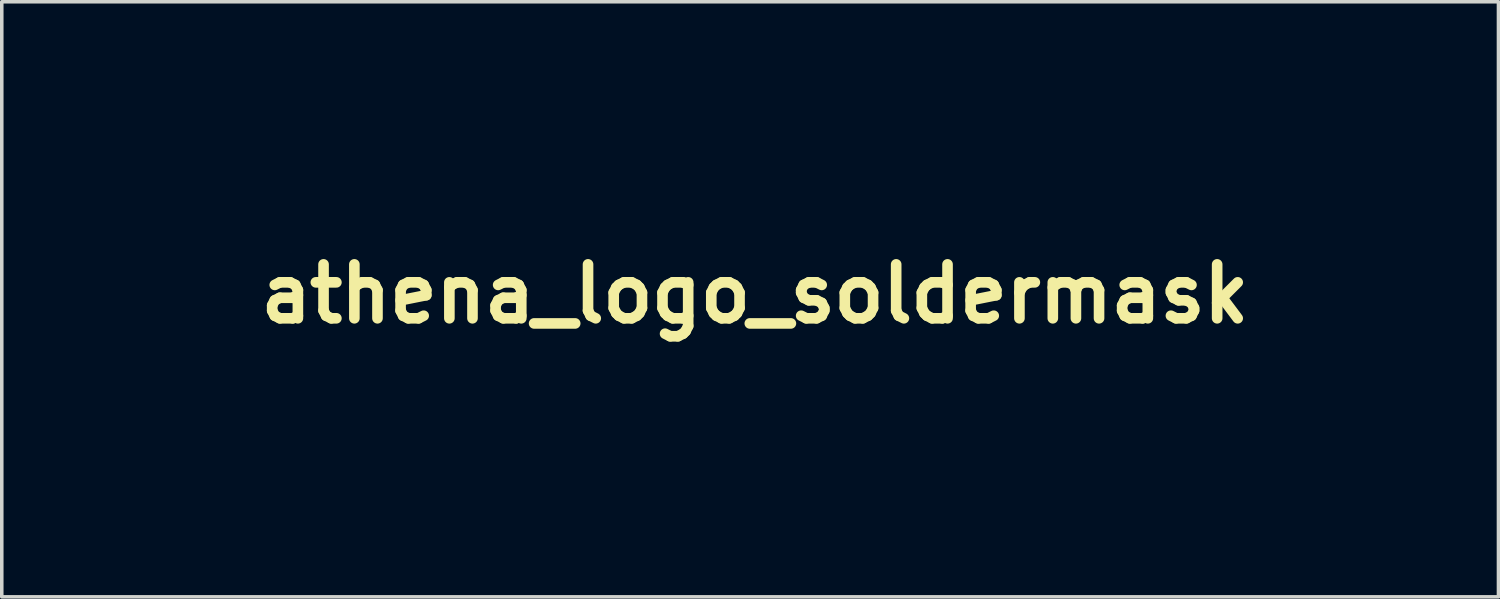
<source format=kicad_pcb>
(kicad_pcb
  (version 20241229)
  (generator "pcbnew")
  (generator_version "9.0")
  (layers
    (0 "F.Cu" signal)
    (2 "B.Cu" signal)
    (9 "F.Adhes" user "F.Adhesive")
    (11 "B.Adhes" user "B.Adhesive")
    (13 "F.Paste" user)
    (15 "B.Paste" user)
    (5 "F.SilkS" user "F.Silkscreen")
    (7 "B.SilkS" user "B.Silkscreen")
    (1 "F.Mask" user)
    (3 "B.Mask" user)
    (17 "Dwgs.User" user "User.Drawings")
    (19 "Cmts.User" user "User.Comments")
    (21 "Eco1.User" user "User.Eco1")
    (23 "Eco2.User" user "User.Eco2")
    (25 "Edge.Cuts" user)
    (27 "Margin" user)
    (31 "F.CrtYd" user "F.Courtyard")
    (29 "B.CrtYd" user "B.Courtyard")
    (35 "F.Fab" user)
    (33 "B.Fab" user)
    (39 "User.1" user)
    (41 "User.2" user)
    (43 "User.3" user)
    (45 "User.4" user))
  (footprint "athena_logo_soldermask"
    (layer "F.Cu")
    (at 18.286 5.256)
    (property "Reference" "athena_logo_soldermask" (at 0 0 0) (layer "F.SilkS") (effects (font (size 1.524 1.524) (thickness 0.3))))
    (attr through_hole)
    (fp_poly (pts (xy 1.761 3.324) (xy 1.439 3.324) (xy 1.439 2.927) (xy 1.761 2.927) (xy 1.761 3.324)) (stroke (width 0.01) (type solid)) (fill yes) (layer "F.Mask"))
    (fp_poly (pts (xy 1.761 4.49) (xy 1.439 4.49) (xy 1.439 4.093) (xy 1.761 4.093) (xy 1.761 4.49)) (stroke (width 0.01) (type solid)) (fill yes) (layer "F.Mask"))
    (fp_poly (pts (xy 18.008 5.556) (xy -18.281 5.556) (xy -18.281 5.184) (xy 18.008 5.184) (xy 18.008 5.556)) (stroke (width 0.01) (type solid)) (fill yes) (layer "F.Mask"))
    (fp_poly (pts (xy -2.158 2.654) (xy -3.225 2.654) (xy -3.225 3.225) (xy -2.158 3.225) (xy -2.158 3.473) (xy -3.225 3.473) (xy -3.225 4.242) (xy -2.158 4.242) (xy -2.158 4.49) (xy -3.497 4.49) (xy -3.497 2.431) (xy -2.158 2.431) (xy -2.158 2.654)) (stroke (width 0.01) (type solid)) (fill yes) (layer "F.Mask"))
    (fp_poly (pts (xy 4.316 4.266) (xy 4.738 4.266) (xy 4.738 4.49) (xy 4.191 4.49) (xy 4.008 4.489) (xy 3.868 4.487) (xy 3.767 4.484) (xy 3.698 4.479) (xy 3.656 4.471) (xy 3.635 4.461) (xy 3.631 4.455) (xy 3.624 4.405) (xy 3.626 4.349) (xy 3.634 4.279) (xy 4.068 4.264) (xy 4.068 2.904) (xy 3.634 2.89) (xy 3.626 2.8) (xy 3.619 2.71) (xy 3.763 2.694) (xy 3.911 2.662) (xy 4.018 2.604) (xy 4.085 2.52) (xy 4.096 2.495) (xy 4.122 2.436) (xy 4.158 2.411) (xy 4.222 2.406) (xy 4.316 2.406) (xy 4.316 4.266)) (stroke (width 0.01) (type solid)) (fill yes) (layer "F.Mask"))
    (fp_poly (pts (xy -8.674 -3.119) (xy -8.655 -2.935) (xy -8.621 -2.786) (xy -8.569 -2.667) (xy -8.493 -2.576) (xy -8.389 -2.509) (xy -8.252 -2.463) (xy -8.077 -2.433) (xy -7.86 -2.416) (xy -7.751 -2.412) (xy -7.54 -2.409) (xy -7.369 -2.414) (xy -7.227 -2.428) (xy -7.106 -2.452) (xy -6.996 -2.488) (xy -6.93 -2.516) (xy -6.832 -2.572) (xy -6.758 -2.644) (xy -6.703 -2.74) (xy -6.665 -2.866) (xy -6.64 -3.029) (xy -6.631 -3.132) (xy -6.615 -3.349) (xy -6.176 -3.349) (xy -6.176 -0.744) (xy -6.616 -0.744) (xy -6.629 -1.012) (xy -6.646 -1.205) (xy -6.679 -1.356) (xy -6.731 -1.473) (xy -6.807 -1.56) (xy -6.909 -1.626) (xy -6.971 -1.652) (xy -7.042 -1.669) (xy -7.152 -1.684) (xy -7.29 -1.695) (xy -7.447 -1.704) (xy -7.611 -1.709) (xy -7.773 -1.71) (xy -7.921 -1.707) (xy -8.045 -1.699) (xy -8.124 -1.689) (xy -8.307 -1.639) (xy -8.451 -1.561) (xy -8.556 -1.455) (xy -8.625 -1.318) (xy -8.633 -1.293) (xy -8.646 -1.227) (xy -8.66 -1.129) (xy -8.671 -1.016) (xy -8.674 -0.974) (xy -8.689 -0.744) (xy -9.128 -0.744) (xy -9.128 -3.349) (xy -8.689 -3.349) (xy -8.674 -3.119)) (stroke (width 0.01) (type solid)) (fill yes) (layer "F.Mask"))
    (fp_poly (pts (xy -4.864 2.433) (xy -4.704 2.441) (xy -4.579 2.456) (xy -4.48 2.481) (xy -4.399 2.516) (xy -4.329 2.565) (xy -4.276 2.613) (xy -4.205 2.695) (xy -4.164 2.78) (xy -4.144 2.855) (xy -4.13 3.034) (xy -4.162 3.199) (xy -4.24 3.346) (xy -4.363 3.474) (xy -4.46 3.541) (xy -4.542 3.59) (xy -4.168 4.025) (xy -4.062 4.15) (xy -3.968 4.261) (xy -3.89 4.355) (xy -3.832 4.425) (xy -3.8 4.466) (xy -3.795 4.475) (xy -3.818 4.482) (xy -3.877 4.487) (xy -3.961 4.489) (xy -3.963 4.489) (xy -4.13 4.488) (xy -4.814 3.671) (xy -5.209 3.671) (xy -5.209 4.49) (xy -5.482 4.49) (xy -5.482 3.423) (xy -5.209 3.423) (xy -4.96 3.423) (xy -4.834 3.421) (xy -4.743 3.414) (xy -4.675 3.399) (xy -4.616 3.374) (xy -4.611 3.372) (xy -4.519 3.3) (xy -4.455 3.199) (xy -4.421 3.082) (xy -4.42 2.962) (xy -4.453 2.85) (xy -4.507 2.774) (xy -4.572 2.723) (xy -4.653 2.688) (xy -4.759 2.666) (xy -4.899 2.656) (xy -4.992 2.655) (xy -5.209 2.654) (xy -5.209 3.423) (xy -5.482 3.423) (xy -5.482 2.431) (xy -5.065 2.431) (xy -4.864 2.433)) (stroke (width 0.01) (type solid)) (fill yes) (layer "F.Mask"))
    (fp_poly (pts (xy -0.145 2.436) (xy -0.104 2.451) (xy -0.101 2.462) (xy -0.109 2.491) (xy -0.133 2.562) (xy -0.171 2.669) (xy -0.22 2.808) (xy -0.28 2.974) (xy -0.348 3.161) (xy -0.423 3.365) (xy -0.467 3.485) (xy -0.831 4.477) (xy -1.009 4.484) (xy -1.097 4.486) (xy -1.165 4.481) (xy -1.198 4.473) (xy -1.198 4.472) (xy -1.21 4.444) (xy -1.235 4.376) (xy -1.274 4.274) (xy -1.322 4.142) (xy -1.379 3.988) (xy -1.442 3.816) (xy -1.509 3.633) (xy -1.577 3.445) (xy -1.645 3.257) (xy -1.711 3.076) (xy -1.772 2.906) (xy -1.827 2.755) (xy -1.872 2.628) (xy -1.907 2.53) (xy -1.928 2.468) (xy -1.935 2.447) (xy -1.912 2.438) (xy -1.854 2.433) (xy -1.792 2.431) (xy -1.65 2.432) (xy -1.343 3.296) (xy -1.273 3.493) (xy -1.207 3.676) (xy -1.149 3.84) (xy -1.098 3.978) (xy -1.059 4.086) (xy -1.031 4.158) (xy -1.019 4.189) (xy -1.019 4.189) (xy -1.007 4.174) (xy -0.98 4.116) (xy -0.941 4.02) (xy -0.891 3.892) (xy -0.832 3.736) (xy -0.766 3.557) (xy -0.695 3.36) (xy -0.682 3.325) (xy -0.364 2.431) (xy -0.232 2.431) (xy -0.145 2.436)) (stroke (width 0.01) (type solid)) (fill yes) (layer "F.Mask"))
    (fp_poly (pts (xy 10.393 -4.763) (xy 10.226 -4.762) (xy 10.042 -4.75) (xy 9.897 -4.71) (xy 9.787 -4.638) (xy 9.706 -4.532) (xy 9.652 -4.386) (xy 9.625 -4.249) (xy 9.621 -4.197) (xy 9.617 -4.098) (xy 9.614 -3.954) (xy 9.611 -3.767) (xy 9.608 -3.539) (xy 9.606 -3.274) (xy 9.604 -2.973) (xy 9.602 -2.638) (xy 9.601 -2.272) (xy 9.6 -1.877) (xy 9.6 -1.455) (xy 9.6 -1.394) (xy 9.599 1.291) (xy 9.32 1.284) (xy 9.041 1.277) (xy 7.293 -1.592) (xy 7.082 -1.938) (xy 6.878 -2.272) (xy 6.683 -2.591) (xy 6.498 -2.895) (xy 6.325 -3.179) (xy 6.164 -3.442) (xy 6.018 -3.681) (xy 5.887 -3.893) (xy 5.775 -4.077) (xy 5.681 -4.229) (xy 5.608 -4.348) (xy 5.557 -4.43) (xy 5.529 -4.474) (xy 5.525 -4.481) (xy 5.522 -4.459) (xy 5.52 -4.391) (xy 5.517 -4.28) (xy 5.516 -4.129) (xy 5.514 -3.942) (xy 5.513 -3.721) (xy 5.512 -3.47) (xy 5.511 -3.193) (xy 5.511 -2.892) (xy 5.511 -2.571) (xy 5.512 -2.232) (xy 5.512 -1.983) (xy 5.519 0.533) (xy 5.585 0.645) (xy 5.656 0.742) (xy 5.744 0.811) (xy 5.857 0.856) (xy 6.005 0.881) (xy 6.093 0.888) (xy 6.325 0.9) (xy 6.325 1.29) (xy 4.142 1.29) (xy 4.142 0.893) (xy 4.322 0.893) (xy 4.493 0.885) (xy 4.624 0.858) (xy 4.726 0.808) (xy 4.807 0.73) (xy 4.87 0.633) (xy 4.924 0.533) (xy 4.931 -1.968) (xy 4.937 -4.468) (xy 4.883 -4.565) (xy 4.831 -4.637) (xy 4.765 -4.689) (xy 4.674 -4.724) (xy 4.551 -4.746) (xy 4.397 -4.758) (xy 4.142 -4.769) (xy 4.142 -5.159) (xy 5.128 -5.159) (xy 6.114 -5.158) (xy 7.553 -2.787) (xy 7.744 -2.472) (xy 7.928 -2.169) (xy 8.103 -1.881) (xy 8.268 -1.609) (xy 8.421 -1.357) (xy 8.561 -1.128) (xy 8.685 -0.924) (xy 8.793 -0.748) (xy 8.882 -0.602) (xy 8.951 -0.49) (xy 8.997 -0.415) (xy 9.021 -0.378) (xy 9.023 -0.375) (xy 9.029 -0.391) (xy 9.034 -0.451) (xy 9.039 -0.553) (xy 9.043 -0.691) (xy 9.046 -0.861) (xy 9.048 -1.059) (xy 9.05 -1.28) (xy 9.051 -1.52) (xy 9.052 -1.775) (xy 9.051 -2.04) (xy 9.051 -2.31) (xy 9.049 -2.582) (xy 9.047 -2.851) (xy 9.045 -3.112) (xy 9.042 -3.362) (xy 9.038 -3.596) (xy 9.034 -3.809) (xy 9.03 -3.997) (xy 9.025 -4.156) (xy 9.019 -4.281) (xy 9.013 -4.368) (xy 9.007 -4.413) (xy 9.006 -4.415) (xy 8.941 -4.545) (xy 8.858 -4.639) (xy 8.751 -4.703) (xy 8.61 -4.741) (xy 8.452 -4.758) (xy 8.235 -4.769) (xy 8.235 -5.159) (xy 10.393 -5.159) (xy 10.393 -4.763)) (stroke (width 0.01) (type solid)) (fill yes) (layer "F.Mask"))
    (fp_poly (pts (xy -7.334 -5.249) (xy -6.979 -5.212) (xy -6.647 -5.138) (xy -6.33 -5.024) (xy -6.022 -4.87) (xy -5.82 -4.746) (xy -5.65 -4.622) (xy -5.471 -4.471) (xy -5.294 -4.304) (xy -5.129 -4.132) (xy -4.989 -3.966) (xy -4.911 -3.859) (xy -4.715 -3.524) (xy -4.564 -3.17) (xy -4.456 -2.797) (xy -4.392 -2.402) (xy -4.37 -1.984) (xy -4.374 -1.811) (xy -4.404 -1.419) (xy -4.465 -1.061) (xy -4.559 -0.727) (xy -4.688 -0.412) (xy -4.855 -0.106) (xy -4.929 0.009) (xy -5.162 0.316) (xy -5.431 0.59) (xy -5.73 0.827) (xy -6.056 1.025) (xy -6.405 1.183) (xy -6.774 1.296) (xy -7.051 1.35) (xy -7.233 1.37) (xy -7.447 1.382) (xy -7.676 1.386) (xy -7.903 1.381) (xy -8.112 1.369) (xy -8.272 1.35) (xy -8.65 1.268) (xy -9.011 1.141) (xy -9.352 0.971) (xy -9.669 0.759) (xy -9.956 0.51) (xy -9.982 0.484) (xy -10.241 0.192) (xy -10.458 -0.12) (xy -10.635 -0.456) (xy -10.776 -0.821) (xy -10.881 -1.216) (xy -10.902 -1.351) (xy -10.917 -1.522) (xy -10.926 -1.718) (xy -10.929 -1.885) (xy -9.93 -1.885) (xy -9.919 -1.512) (xy -9.884 -1.175) (xy -9.823 -0.869) (xy -9.734 -0.587) (xy -9.616 -0.32) (xy -9.466 -0.063) (xy -9.465 -0.062) (xy -9.262 0.207) (xy -9.031 0.435) (xy -8.774 0.622) (xy -8.495 0.767) (xy -8.196 0.868) (xy -7.879 0.924) (xy -7.548 0.934) (xy -7.342 0.916) (xy -7.037 0.855) (xy -6.756 0.751) (xy -6.497 0.604) (xy -6.261 0.413) (xy -6.046 0.177) (xy -5.853 -0.102) (xy -5.692 -0.405) (xy -5.567 -0.705) (xy -5.475 -1.014) (xy -5.414 -1.341) (xy -5.381 -1.696) (xy -5.374 -1.972) (xy -5.391 -2.388) (xy -5.443 -2.773) (xy -5.531 -3.135) (xy -5.658 -3.482) (xy -5.824 -3.819) (xy -5.853 -3.87) (xy -5.938 -3.996) (xy -6.047 -4.13) (xy -6.171 -4.262) (xy -6.299 -4.382) (xy -6.42 -4.477) (xy -6.492 -4.522) (xy -6.733 -4.631) (xy -6.992 -4.705) (xy -7.274 -4.748) (xy -7.587 -4.759) (xy -7.698 -4.756) (xy -8.007 -4.729) (xy -8.282 -4.673) (xy -8.529 -4.586) (xy -8.755 -4.463) (xy -8.968 -4.303) (xy -9.049 -4.23) (xy -9.24 -4.036) (xy -9.396 -3.847) (xy -9.524 -3.652) (xy -9.613 -3.485) (xy -9.728 -3.216) (xy -9.815 -2.938) (xy -9.877 -2.642) (xy -9.915 -2.32) (xy -9.93 -1.963) (xy -9.93 -1.885) (xy -10.929 -1.885) (xy -10.929 -1.926) (xy -10.926 -2.134) (xy -10.917 -2.329) (xy -10.901 -2.499) (xy -10.881 -2.626) (xy -10.772 -3.033) (xy -10.625 -3.41) (xy -10.441 -3.754) (xy -10.222 -4.066) (xy -9.967 -4.344) (xy -9.677 -4.587) (xy -9.355 -4.794) (xy -9.243 -4.853) (xy -8.9 -5.009) (xy -8.567 -5.124) (xy -8.229 -5.201) (xy -7.875 -5.243) (xy -7.719 -5.251) (xy -7.334 -5.249)) (stroke (width 0.01) (type solid)) (fill yes) (layer "F.Mask"))
    (fp_poly (pts (xy 14.349 -5.147) (xy 15.05 -3.262) (xy 15.169 -2.941) (xy 15.291 -2.613) (xy 15.414 -2.283) (xy 15.535 -1.958) (xy 15.652 -1.643) (xy 15.763 -1.345) (xy 15.865 -1.07) (xy 15.957 -0.824) (xy 16.035 -0.613) (xy 16.092 -0.46) (xy 16.17 -0.252) (xy 16.247 -0.052) (xy 16.32 0.133) (xy 16.385 0.296) (xy 16.441 0.432) (xy 16.486 0.534) (xy 16.516 0.597) (xy 16.52 0.602) (xy 16.615 0.732) (xy 16.728 0.821) (xy 16.867 0.873) (xy 16.989 0.891) (xy 17.152 0.905) (xy 17.152 1.277) (xy 14.858 1.29) (xy 14.858 0.893) (xy 15.045 0.893) (xy 15.216 0.881) (xy 15.345 0.844) (xy 15.432 0.781) (xy 15.479 0.692) (xy 15.488 0.607) (xy 15.479 0.552) (xy 15.454 0.454) (xy 15.415 0.317) (xy 15.362 0.146) (xy 15.296 -0.057) (xy 15.22 -0.286) (xy 15.216 -0.296) (xy 14.947 -1.092) (xy 12.595 -1.079) (xy 12.324 -0.322) (xy 12.241 -0.088) (xy 12.173 0.105) (xy 12.121 0.261) (xy 12.082 0.385) (xy 12.056 0.483) (xy 12.041 0.558) (xy 12.035 0.616) (xy 12.038 0.662) (xy 12.048 0.701) (xy 12.053 0.712) (xy 12.094 0.784) (xy 12.154 0.834) (xy 12.239 0.866) (xy 12.36 0.883) (xy 12.445 0.889) (xy 12.675 0.899) (xy 12.675 1.29) (xy 10.738 1.29) (xy 10.746 1.098) (xy 10.753 0.905) (xy 10.917 0.889) (xy 11.043 0.869) (xy 11.148 0.834) (xy 11.238 0.777) (xy 11.318 0.694) (xy 11.392 0.578) (xy 11.468 0.424) (xy 11.539 0.253) (xy 11.566 0.184) (xy 11.61 0.071) (xy 11.668 -0.081) (xy 11.739 -0.268) (xy 11.822 -0.488) (xy 11.917 -0.737) (xy 12.02 -1.011) (xy 12.132 -1.307) (xy 12.228 -1.563) (xy 12.775 -1.563) (xy 13.769 -1.563) (xy 14.027 -1.563) (xy 14.238 -1.564) (xy 14.408 -1.566) (xy 14.539 -1.568) (xy 14.635 -1.572) (xy 14.7 -1.577) (xy 14.738 -1.583) (xy 14.752 -1.591) (xy 14.752 -1.594) (xy 14.742 -1.622) (xy 14.716 -1.693) (xy 14.677 -1.802) (xy 14.626 -1.945) (xy 14.563 -2.118) (xy 14.492 -2.316) (xy 14.413 -2.535) (xy 14.328 -2.77) (xy 14.261 -2.958) (xy 14.173 -3.203) (xy 14.089 -3.433) (xy 14.012 -3.644) (xy 13.943 -3.833) (xy 13.883 -3.995) (xy 13.834 -4.126) (xy 13.797 -4.221) (xy 13.775 -4.277) (xy 13.768 -4.291) (xy 13.757 -4.268) (xy 13.731 -4.203) (xy 13.692 -4.1) (xy 13.641 -3.963) (xy 13.58 -3.797) (xy 13.511 -3.606) (xy 13.434 -3.394) (xy 13.352 -3.166) (xy 13.322 -3.082) (xy 13.237 -2.843) (xy 13.155 -2.613) (xy 13.078 -2.399) (xy 13.008 -2.204) (xy 12.947 -2.034) (xy 12.897 -1.895) (xy 12.859 -1.79) (xy 12.836 -1.726) (xy 12.832 -1.718) (xy 12.775 -1.563) (xy 12.228 -1.563) (xy 12.25 -1.621) (xy 12.374 -1.95) (xy 12.502 -2.29) (xy 12.627 -2.623) (xy 13.581 -5.159) (xy 14.349 -5.147)) (stroke (width 0.01) (type solid)) (fill yes) (layer "F.Mask"))
    (fp_poly (pts (xy -14.213 -5.017) (xy -14.197 -4.974) (xy -14.165 -4.889) (xy -14.118 -4.763) (xy -14.058 -4.601) (xy -13.985 -4.405) (xy -13.901 -4.178) (xy -13.807 -3.925) (xy -13.704 -3.647) (xy -13.593 -3.349) (xy -13.476 -3.034) (xy -13.353 -2.704) (xy -13.229 -2.369) (xy -13.102 -2.027) (xy -12.978 -1.695) (xy -12.86 -1.377) (xy -12.747 -1.075) (xy -12.642 -0.794) (xy -12.546 -0.535) (xy -12.459 -0.304) (xy -12.384 -0.103) (xy -12.32 0.065) (xy -12.271 0.197) (xy -12.236 0.288) (xy -12.218 0.335) (xy -12.137 0.518) (xy -12.057 0.658) (xy -11.972 0.759) (xy -11.876 0.827) (xy -11.764 0.868) (xy -11.633 0.887) (xy -11.46 0.9) (xy -11.46 1.29) (xy -13.769 1.29) (xy -13.761 1.098) (xy -13.754 0.905) (xy -13.531 0.891) (xy -13.395 0.879) (xy -13.298 0.86) (xy -13.23 0.832) (xy -13.181 0.789) (xy -13.16 0.763) (xy -13.14 0.728) (xy -13.128 0.685) (xy -13.125 0.632) (xy -13.133 0.562) (xy -13.151 0.472) (xy -13.182 0.356) (xy -13.227 0.209) (xy -13.285 0.027) (xy -13.36 -0.195) (xy -13.391 -0.287) (xy -13.66 -1.079) (xy -16.012 -1.092) (xy -16.289 -0.304) (xy -16.356 -0.114) (xy -16.418 0.064) (xy -16.473 0.223) (xy -16.519 0.358) (xy -16.553 0.462) (xy -16.575 0.53) (xy -16.581 0.552) (xy -16.581 0.621) (xy -16.562 0.699) (xy -16.56 0.705) (xy -16.517 0.779) (xy -16.458 0.832) (xy -16.373 0.866) (xy -16.252 0.886) (xy -16.162 0.893) (xy -15.937 0.905) (xy -15.93 1.098) (xy -15.923 1.29) (xy -17.859 1.29) (xy -17.859 0.893) (xy -17.742 0.893) (xy -17.575 0.876) (xy -17.438 0.825) (xy -17.324 0.734) (xy -17.226 0.601) (xy -17.181 0.513) (xy -17.161 0.467) (xy -17.125 0.377) (xy -17.074 0.248) (xy -17.009 0.081) (xy -16.932 -0.12) (xy -16.843 -0.352) (xy -16.744 -0.611) (xy -16.636 -0.895) (xy -16.52 -1.2) (xy -16.397 -1.523) (xy -16.371 -1.594) (xy -15.82 -1.594) (xy -15.813 -1.586) (xy -15.784 -1.579) (xy -15.729 -1.574) (xy -15.644 -1.57) (xy -15.526 -1.567) (xy -15.371 -1.565) (xy -15.174 -1.563) (xy -14.934 -1.563) (xy -14.836 -1.563) (xy -13.842 -1.563) (xy -13.869 -1.631) (xy -13.882 -1.667) (xy -13.91 -1.744) (xy -13.952 -1.86) (xy -14.006 -2.009) (xy -14.07 -2.186) (xy -14.143 -2.388) (xy -14.223 -2.609) (xy -14.309 -2.846) (xy -14.364 -2.999) (xy -14.451 -3.241) (xy -14.534 -3.468) (xy -14.609 -3.677) (xy -14.677 -3.863) (xy -14.735 -4.022) (xy -14.782 -4.15) (xy -14.816 -4.242) (xy -14.835 -4.295) (xy -14.84 -4.306) (xy -14.849 -4.284) (xy -14.873 -4.221) (xy -14.91 -4.121) (xy -14.958 -3.988) (xy -15.017 -3.828) (xy -15.083 -3.646) (xy -15.155 -3.447) (xy -15.232 -3.235) (xy -15.311 -3.016) (xy -15.391 -2.794) (xy -15.47 -2.573) (xy -15.547 -2.36) (xy -15.619 -2.159) (xy -15.685 -1.975) (xy -15.743 -1.812) (xy -15.791 -1.676) (xy -15.82 -1.594) (xy -16.371 -1.594) (xy -16.269 -1.862) (xy -16.137 -2.212) (xy -16.073 -2.381) (xy -15.941 -2.733) (xy -15.813 -3.072) (xy -15.691 -3.395) (xy -15.576 -3.7) (xy -15.47 -3.983) (xy -15.372 -4.242) (xy -15.285 -4.473) (xy -15.209 -4.675) (xy -15.146 -4.843) (xy -15.096 -4.975) (xy -15.061 -5.068) (xy -15.042 -5.119) (xy -15.038 -5.128) (xy -15.019 -5.141) (xy -14.969 -5.15) (xy -14.882 -5.156) (xy -14.755 -5.159) (xy -14.646 -5.159) (xy -14.266 -5.159) (xy -14.213 -5.017)) (stroke (width 0.01) (type solid)) (fill yes) (layer "F.Mask"))
    (fp_poly (pts (xy -0.918 -4.769) (xy -1.175 -4.758) (xy -1.34 -4.745) (xy -1.465 -4.72) (xy -1.557 -4.681) (xy -1.625 -4.623) (xy -1.673 -4.55) (xy -1.685 -4.525) (xy -1.695 -4.497) (xy -1.704 -4.462) (xy -1.71 -4.415) (xy -1.716 -4.351) (xy -1.72 -4.266) (xy -1.723 -4.155) (xy -1.726 -4.013) (xy -1.728 -3.836) (xy -1.73 -3.618) (xy -1.731 -3.367) (xy -1.739 -2.282) (xy 1.615 -2.282) (xy 1.607 -3.367) (xy 1.605 -3.628) (xy 1.604 -3.844) (xy 1.601 -4.02) (xy 1.599 -4.161) (xy 1.596 -4.271) (xy 1.591 -4.355) (xy 1.586 -4.417) (xy 1.579 -4.464) (xy 1.571 -4.498) (xy 1.561 -4.526) (xy 1.549 -4.55) (xy 1.494 -4.63) (xy 1.422 -4.687) (xy 1.325 -4.726) (xy 1.193 -4.749) (xy 1.048 -4.759) (xy 0.794 -4.768) (xy 0.794 -5.159) (xy 3.274 -5.159) (xy 3.274 -4.763) (xy 3.07 -4.762) (xy 2.884 -4.753) (xy 2.741 -4.725) (xy 2.635 -4.674) (xy 2.562 -4.599) (xy 2.516 -4.496) (xy 2.506 -4.457) (xy 2.501 -4.412) (xy 2.497 -4.328) (xy 2.493 -4.204) (xy 2.49 -4.038) (xy 2.488 -3.83) (xy 2.486 -3.578) (xy 2.485 -3.282) (xy 2.484 -2.941) (xy 2.485 -2.552) (xy 2.485 -2.115) (xy 2.486 -1.834) (xy 2.487 -1.426) (xy 2.488 -1.064) (xy 2.49 -0.746) (xy 2.491 -0.469) (xy 2.492 -0.23) (xy 2.494 -0.025) (xy 2.496 0.147) (xy 2.498 0.29) (xy 2.501 0.407) (xy 2.504 0.5) (xy 2.508 0.573) (xy 2.512 0.629) (xy 2.517 0.67) (xy 2.523 0.7) (xy 2.529 0.721) (xy 2.535 0.735) (xy 2.588 0.801) (xy 2.667 0.848) (xy 2.778 0.877) (xy 2.928 0.891) (xy 3.027 0.893) (xy 3.274 0.893) (xy 3.274 1.29) (xy 0.794 1.29) (xy 0.794 0.893) (xy 1.048 0.891) (xy 1.22 0.885) (xy 1.351 0.868) (xy 1.447 0.839) (xy 1.515 0.796) (xy 1.548 0.761) (xy 1.559 0.744) (xy 1.569 0.724) (xy 1.578 0.698) (xy 1.584 0.661) (xy 1.59 0.608) (xy 1.594 0.536) (xy 1.597 0.44) (xy 1.6 0.316) (xy 1.602 0.159) (xy 1.604 -0.034) (xy 1.606 -0.269) (xy 1.607 -0.547) (xy 1.615 -1.786) (xy -1.739 -1.786) (xy -1.731 -0.564) (xy -1.73 -0.275) (xy -1.728 -0.03) (xy -1.725 0.172) (xy -1.722 0.338) (xy -1.717 0.471) (xy -1.71 0.575) (xy -1.701 0.654) (xy -1.688 0.712) (xy -1.673 0.755) (xy -1.654 0.785) (xy -1.63 0.806) (xy -1.602 0.824) (xy -1.576 0.838) (xy -1.516 0.859) (xy -1.424 0.875) (xy -1.293 0.885) (xy -1.209 0.888) (xy -0.918 0.898) (xy -0.918 1.29) (xy -3.398 1.29) (xy -3.398 0.898) (xy -3.103 0.889) (xy -2.962 0.883) (xy -2.86 0.872) (xy -2.788 0.852) (xy -2.736 0.819) (xy -2.694 0.769) (xy -2.658 0.707) (xy -2.651 0.692) (xy -2.645 0.67) (xy -2.64 0.638) (xy -2.636 0.593) (xy -2.632 0.533) (xy -2.628 0.455) (xy -2.626 0.355) (xy -2.623 0.232) (xy -2.621 0.081) (xy -2.62 -0.1) (xy -2.619 -0.313) (xy -2.618 -0.562) (xy -2.617 -0.849) (xy -2.617 -1.178) (xy -2.617 -1.551) (xy -2.617 -1.91) (xy -2.617 -2.321) (xy -2.617 -2.685) (xy -2.617 -3.006) (xy -2.618 -3.285) (xy -2.618 -3.527) (xy -2.619 -3.734) (xy -2.621 -3.909) (xy -2.622 -4.055) (xy -2.624 -4.175) (xy -2.627 -4.272) (xy -2.63 -4.348) (xy -2.634 -4.408) (xy -2.639 -4.453) (xy -2.644 -4.486) (xy -2.65 -4.511) (xy -2.657 -4.531) (xy -2.665 -4.548) (xy -2.667 -4.551) (xy -2.717 -4.631) (xy -2.783 -4.688) (xy -2.871 -4.726) (xy -2.992 -4.748) (xy -3.144 -4.759) (xy -3.398 -4.768) (xy -3.398 -5.159) (xy -0.918 -5.159) (xy -0.918 -4.769)) (stroke (width 0.01) (type solid)) (fill yes) (layer "F.Mask")))
  (gr_rect
    (start -3 -3)
    (end 39.299 13.818)
    (stroke (width 0.1) (type default))
    (fill no)
    (layer "Edge.Cuts")))
</source>
